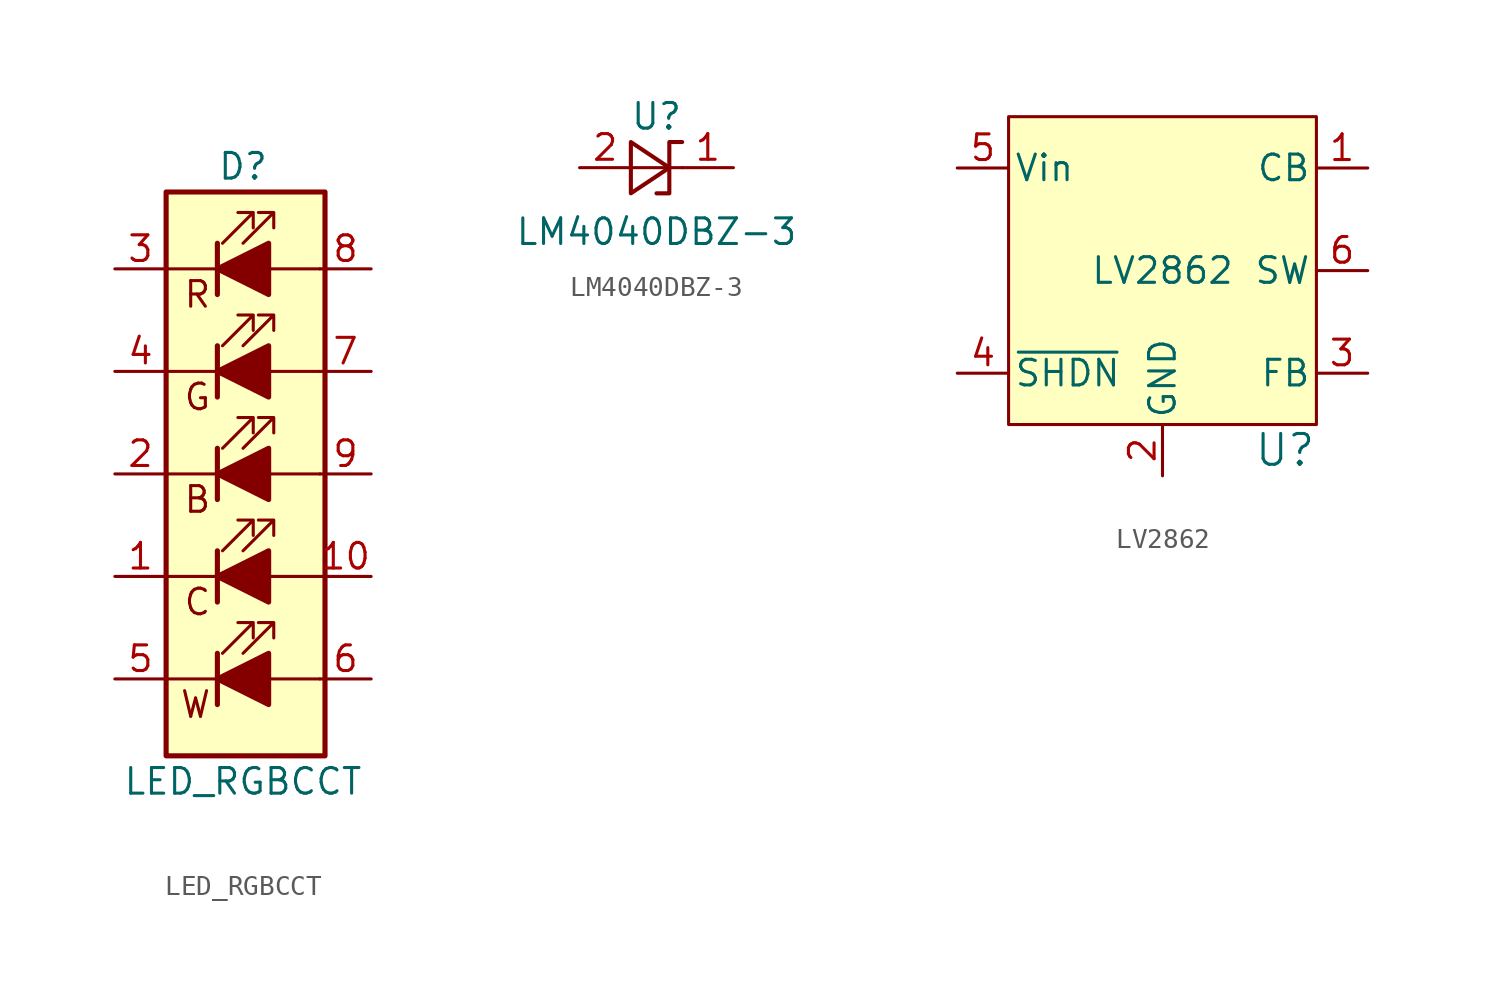
<source format=kicad_sym>
(kicad_symbol_lib
  (version 20231120)
  (generator "kicad_symbol_editor")
  (generator_version "8.0")
  (symbol "LED_RGBCCT"
    (pin_names
      (offset 0) hide)
    (property "Reference" "D"
      (at 0 15.24 0)
      (effects (font (size 1.27 1.27))))
    (property "Value" "LED_RGBCCT"
      (at 0 -15.24 0)
      (effects (font (size 1.27 1.27))))
    (symbol "LED_RGBCCT_0_1"
      (rectangle (start -3.81 13.97) (end 4.064 -13.97) (stroke (width 0.254) (type default)) (fill (type background)))
      (polyline (pts (xy -1.27 -10.16) (xy -3.81 -10.16)) (stroke (width 0) (type default)) (fill (type none)))
      (polyline (pts (xy -1.27 -8.89) (xy -1.27 -11.43)) (stroke (width 0.254) (type default)) (fill (type none)))
      (polyline (pts (xy -1.27 -5.08) (xy -3.81 -5.08)) (stroke (width 0) (type default)) (fill (type none)))
      (polyline (pts (xy -1.27 -3.81) (xy -1.27 -6.35)) (stroke (width 0.254) (type default)) (fill (type none)))
      (polyline (pts (xy -1.27 0) (xy -3.81 0)) (stroke (width 0) (type default)) (fill (type none)))
      (polyline (pts (xy -1.27 0) (xy 1.27 0)) (stroke (width 0) (type default)) (fill (type none)))
      (polyline (pts (xy -1.27 1.27) (xy -1.27 -1.27)) (stroke (width 0.254) (type default)) (fill (type none)))
      (polyline (pts (xy -1.27 5.08) (xy -3.81 5.08)) (stroke (width 0) (type default)) (fill (type none)))
      (polyline (pts (xy -1.27 6.35) (xy -1.27 3.81)) (stroke (width 0.254) (type default)) (fill (type none)))
      (polyline (pts (xy -1.27 10.16) (xy -3.81 10.16)) (stroke (width 0) (type default)) (fill (type none)))
      (polyline (pts (xy -1.27 11.43) (xy -1.27 8.89)) (stroke (width 0.254) (type default)) (fill (type none)))
      (polyline (pts (xy 1.27 -10.16) (xy 3.81 -10.16)) (stroke (width 0) (type default)) (fill (type none)))
      (polyline (pts (xy 1.27 -5.08) (xy 3.81 -5.08)) (stroke (width 0) (type default)) (fill (type none)))
      (polyline (pts (xy 1.27 0) (xy 3.81 0)) (stroke (width 0) (type default)) (fill (type none)))
      (polyline (pts (xy 1.27 5.08) (xy -1.27 5.08)) (stroke (width 0) (type default)) (fill (type none)))
      (polyline (pts (xy 1.27 5.08) (xy 3.81 5.08)) (stroke (width 0) (type default)) (fill (type none)))
      (polyline (pts (xy 1.27 10.16) (xy 3.81 10.16)) (stroke (width 0) (type default)) (fill (type none)))
      (polyline (pts (xy -1.27 6.35) (xy -1.27 3.81) (xy -1.27 3.81)) (stroke (width 0) (type default)) (fill (type none)))
      (polyline (pts (xy -1.27 11.43) (xy -1.27 8.89) (xy -1.27 8.89)) (stroke (width 0) (type default)) (fill (type none)))
      (polyline (pts (xy -1.016 -8.89) (xy 0.508 -7.366) (xy -0.254 -7.366) (xy 0.508 -7.366) (xy 0.508 -8.128)) (stroke (width 0) (type default)) (fill (type none)))
      (polyline (pts (xy -1.016 -3.81) (xy 0.508 -2.286) (xy -0.254 -2.286) (xy 0.508 -2.286) (xy 0.508 -3.048)) (stroke (width 0) (type default)) (fill (type none)))
      (polyline (pts (xy -1.016 1.27) (xy 0.508 2.794) (xy -0.254 2.794) (xy 0.508 2.794) (xy 0.508 2.032)) (stroke (width 0) (type default)) (fill (type none)))
      (polyline (pts (xy -1.016 6.35) (xy 0.508 7.874) (xy -0.254 7.874) (xy 0.508 7.874) (xy 0.508 7.112)) (stroke (width 0) (type default)) (fill (type none)))
      (polyline (pts (xy -1.016 11.43) (xy 0.508 12.954) (xy -0.254 12.954) (xy 0.508 12.954) (xy 0.508 12.192)) (stroke (width 0) (type default)) (fill (type none)))
      (polyline (pts (xy 0 -8.89) (xy 1.524 -7.366) (xy 0.762 -7.366) (xy 1.524 -7.366) (xy 1.524 -8.128)) (stroke (width 0) (type default)) (fill (type none)))
      (polyline (pts (xy 0 -3.81) (xy 1.524 -2.286) (xy 0.762 -2.286) (xy 1.524 -2.286) (xy 1.524 -3.048)) (stroke (width 0) (type default)) (fill (type none)))
      (polyline (pts (xy 0 1.27) (xy 1.524 2.794) (xy 0.762 2.794) (xy 1.524 2.794) (xy 1.524 2.032)) (stroke (width 0) (type default)) (fill (type none)))
      (polyline (pts (xy 0 6.35) (xy 1.524 7.874) (xy 0.762 7.874) (xy 1.524 7.874) (xy 1.524 7.112)) (stroke (width 0) (type default)) (fill (type none)))
      (polyline (pts (xy 0 11.43) (xy 1.524 12.954) (xy 0.762 12.954) (xy 1.524 12.954) (xy 1.524 12.192)) (stroke (width 0) (type default)) (fill (type none))))
    (symbol "LED_RGBCCT_1_0"
      (text "B" (at -1.524 -1.27 0) (effects (font (size 1.27 1.27)) (justify right)))
      (text "C" (at -1.524 -6.35 0) (effects (font (size 1.27 1.27)) (justify right)))
      (text "G" (at -1.524 3.81 0) (effects (font (size 1.27 1.27)) (justify right)))
      (text "R" (at -1.524 8.89 0) (effects (font (size 1.27 1.27)) (justify right)))
      (text "W" (at -1.524 -11.43 0) (effects (font (size 1.27 1.27)) (justify right))))
    (symbol "LED_RGBCCT_1_1"
      (polyline (pts (xy 1.27 -8.89) (xy 1.27 -11.43) (xy -1.27 -10.16) (xy 1.27 -8.89)) (stroke (width 0.254) (type default)) (fill (type outline)))
      (polyline (pts (xy 1.27 -3.81) (xy 1.27 -6.35) (xy -1.27 -5.08) (xy 1.27 -3.81)) (stroke (width 0.254) (type default)) (fill (type outline)))
      (polyline (pts (xy 1.27 1.27) (xy 1.27 -1.27) (xy -1.27 0) (xy 1.27 1.27)) (stroke (width 0.254) (type default)) (fill (type outline)))
      (polyline (pts (xy 1.27 6.35) (xy 1.27 3.81) (xy -1.27 5.08) (xy 1.27 6.35)) (stroke (width 0.254) (type default)) (fill (type outline)))
      (polyline (pts (xy 1.27 11.43) (xy 1.27 8.89) (xy -1.27 10.16) (xy 1.27 11.43)) (stroke (width 0.254) (type default)) (fill (type outline)))
      (pin passive line (at -6.35 -5.08 0) (length 2.54) (name "CWK" (effects (font (size 1.27 1.27)))) (number "1" (effects (font (size 1.27 1.27)))))
      (pin passive line (at 6.35 -5.08 180) (length 2.54) (name "CWA" (effects (font (size 1.27 1.27)))) (number "10" (effects (font (size 1.27 1.27)))))
      (pin passive line (at -6.35 0 0) (length 2.54) (name "BK" (effects (font (size 1.27 1.27)))) (number "2" (effects (font (size 1.27 1.27)))))
      (pin passive line (at -6.35 10.16 0) (length 2.54) (name "RK" (effects (font (size 1.27 1.27)))) (number "3" (effects (font (size 1.27 1.27)))))
      (pin passive line (at -6.35 5.08 0) (length 2.54) (name "GK" (effects (font (size 1.27 1.27)))) (number "4" (effects (font (size 1.27 1.27)))))
      (pin passive line (at -6.35 -10.16 0) (length 2.54) (name "WWK" (effects (font (size 1.27 1.27)))) (number "5" (effects (font (size 1.27 1.27)))))
      (pin passive line (at 6.35 -10.16 180) (length 2.54) (name "WWA" (effects (font (size 1.27 1.27)))) (number "6" (effects (font (size 1.27 1.27)))))
      (pin passive line (at 6.35 5.08 180) (length 2.54) (name "GA" (effects (font (size 1.27 1.27)))) (number "7" (effects (font (size 1.27 1.27)))))
      (pin passive line (at 6.35 10.16 180) (length 2.54) (name "RA" (effects (font (size 1.27 1.27)))) (number "8" (effects (font (size 1.27 1.27)))))
      (pin passive line (at 6.35 0 180) (length 2.54) (name "BA" (effects (font (size 1.27 1.27)))) (number "9" (effects (font (size 1.27 1.27)))))))
  (symbol "LM4040DBZ-3"
    (pin_names
      (offset 0.025) hide)
    (property "Reference" "U"
      (at 0 2.54 0)
      (effects (font (size 1.27 1.27))))
    (property "Value" "LM4040DBZ-3"
      (at 0 -3.175 0)
      (effects (font (size 1.27 1.27))))
    (symbol "LM4040DBZ-3_0_1"
      (polyline (pts (xy -1.27 0) (xy 0 0) (xy 1.27 0)) (stroke (width 0) (type default)) (fill (type none)))
      (polyline (pts (xy -1.27 -1.27) (xy 0.635 0) (xy -1.27 1.27) (xy -1.27 -1.27)) (stroke (width 0.203) (type default)) (fill (type none)))
      (polyline (pts (xy 0 -1.27) (xy 0.635 -1.27) (xy 0.635 1.27) (xy 1.27 1.27)) (stroke (width 0.203) (type default)) (fill (type none))))
    (symbol "LM4040DBZ-3_1_1"
      (pin passive line (at 3.81 0 180) (length 2.54) (name "K" (effects (font (size 1.27 1.27)))) (number "1" (effects (font (size 1.27 1.27)))))
      (pin passive line (at -3.81 0 0) (length 2.54) (name "A" (effects (font (size 1.27 1.27)))) (number "2" (effects (font (size 1.27 1.27)))))
      (pin no_connect line (at -1.27 0 0) (length 2.54) hide (name "NC" (effects (font (size 1.27 1.27)))) (number "3" (effects (font (size 1.27 1.27)))))))
  (symbol "LV2862"
    (pin_names
      (offset 0.254))
    (property "Reference" "U"
      (at 7.62 -8.89 0)
      (effects (font (size 1.524 1.524)) (justify right)))
    (property "Value" "LV2862"
      (at 0 0 0)
      (effects (font (size 1.27 1.27))))
    (symbol "LV2862_0_1"
      (rectangle (start -7.62 7.62) (end 7.62 -7.62) (stroke (width 0) (type default)) (fill (type background))))
    (symbol "LV2862_1_1"
      (pin input line (at 10.16 5.08 180) (length 2.54) (name "CB" (effects (font (size 1.27 1.27)))) (number "1" (effects (font (size 1.27 1.27)))))
      (pin power_in line (at 0 -10.16 90) (length 2.54) (name "GND" (effects (font (size 1.27 1.27)))) (number "2" (effects (font (size 1.27 1.27)))))
      (pin input line (at 10.16 -5.08 180) (length 2.54) (name "FB" (effects (font (size 1.27 1.27)))) (number "3" (effects (font (size 1.27 1.27)))))
      (pin input line (at -10.16 -5.08 0) (length 2.54) (name "~{SHDN}" (effects (font (size 1.27 1.27)))) (number "4" (effects (font (size 1.27 1.27)))))
      (pin power_in line (at -10.16 5.08 0) (length 2.54) (name "Vin" (effects (font (size 1.27 1.27)))) (number "5" (effects (font (size 1.27 1.27)))))
      (pin power_out line (at 10.16 0 180) (length 2.54) (name "SW" (effects (font (size 1.27 1.27)))) (number "6" (effects (font (size 1.27 1.27))))))))
</source>
